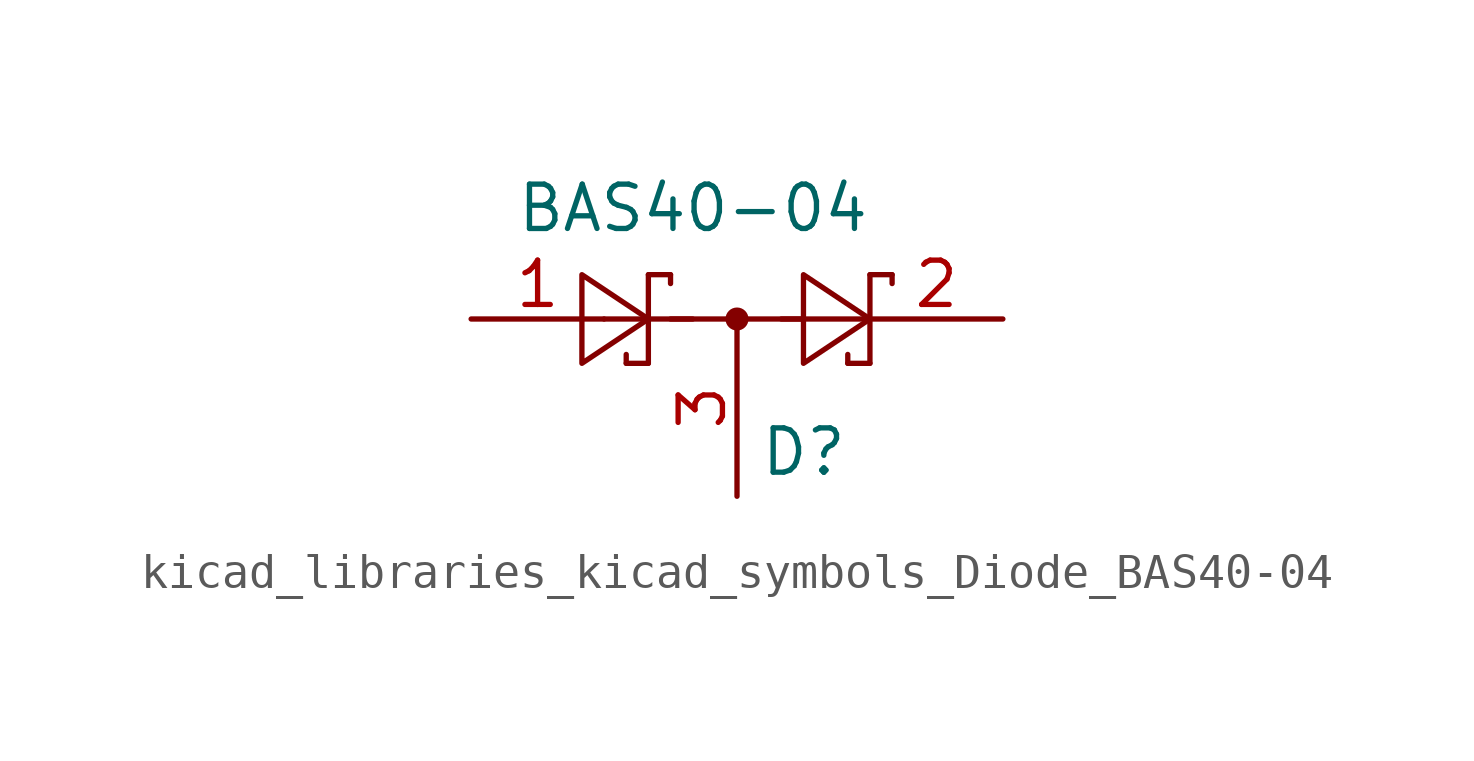
<source format=kicad_sym>
(kicad_symbol_lib
  (version 20220914)
  (generator kicad_symbol_editor)
  (symbol "kicad_libraries_kicad_symbols_Diode_BAS40-04"
    (pin_names
      (offset 1.016))
    (property "Reference" "D"
      (at 0.635 -1.27 0)
      (effects (font (size 1.27 1.27)) (justify left)))
    (property "Value" "BAS40-04"
      (at -6.35 5.715 0)
      (effects (font (size 1.27 1.27)) (justify left)))
    (symbol "kicad_libraries_kicad_symbols_Diode_BAS40-04_0_1"
      (polyline (pts (xy -3.81 2.54) (xy -1.27 2.54)) (stroke (width 0) (type default)) (fill (type none)))
      (polyline (pts (xy -3.175 1.27) (xy -3.175 1.524)) (stroke (width 0) (type default)) (fill (type none)))
      (polyline (pts (xy -2.54 1.27) (xy -3.175 1.27)) (stroke (width 0) (type default)) (fill (type none)))
      (polyline (pts (xy -2.54 1.27) (xy -2.54 3.81)) (stroke (width 0) (type default)) (fill (type none)))
      (polyline (pts (xy -2.54 3.81) (xy -1.905 3.81)) (stroke (width 0) (type default)) (fill (type none)))
      (polyline (pts (xy -1.905 2.54) (xy 1.905 2.54)) (stroke (width 0) (type default)) (fill (type none)))
      (polyline (pts (xy -1.905 3.81) (xy -1.905 3.556)) (stroke (width 0) (type default)) (fill (type none)))
      (polyline (pts (xy 1.27 2.54) (xy 3.81 2.54)) (stroke (width 0) (type default)) (fill (type none)))
      (polyline (pts (xy 3.175 1.27) (xy 3.175 1.524)) (stroke (width 0) (type default)) (fill (type none)))
      (polyline (pts (xy 3.81 1.27) (xy 3.175 1.27)) (stroke (width 0) (type default)) (fill (type none)))
      (polyline (pts (xy 3.81 1.27) (xy 3.81 3.81)) (stroke (width 0) (type default)) (fill (type none)))
      (polyline (pts (xy 3.81 3.81) (xy 4.445 3.81)) (stroke (width 0) (type default)) (fill (type none)))
      (polyline (pts (xy 4.445 3.81) (xy 4.445 3.556)) (stroke (width 0) (type default)) (fill (type none)))
      (polyline (pts (xy -4.445 3.81) (xy -4.445 1.27) (xy -2.54 2.54) (xy -4.445 3.81)) (stroke (width 0) (type default)) (fill (type none)))
      (polyline (pts (xy 1.905 3.81) (xy 1.905 1.27) (xy 3.81 2.54) (xy 1.905 3.81)) (stroke (width 0) (type default)) (fill (type none)))
      (circle (center 0 2.54) (radius 0.254) (stroke (width 0) (type default)) (fill (type outline))))
    (symbol "kicad_libraries_kicad_symbols_Diode_BAS40-04_1_1"
      (pin passive line (at -7.62 2.54 0) (length 3.81) (name "~" (effects (font (size 1.27 1.27)))) (number "1" (effects (font (size 1.27 1.27)))))
      (pin passive line (at 7.62 2.54 180) (length 3.81) (name "~" (effects (font (size 1.27 1.27)))) (number "2" (effects (font (size 1.27 1.27)))))
      (pin passive line (at 0 -2.54 90) (length 5.08) (name "~" (effects (font (size 1.27 1.27)))) (number "3" (effects (font (size 1.27 1.27))))))))
</source>
